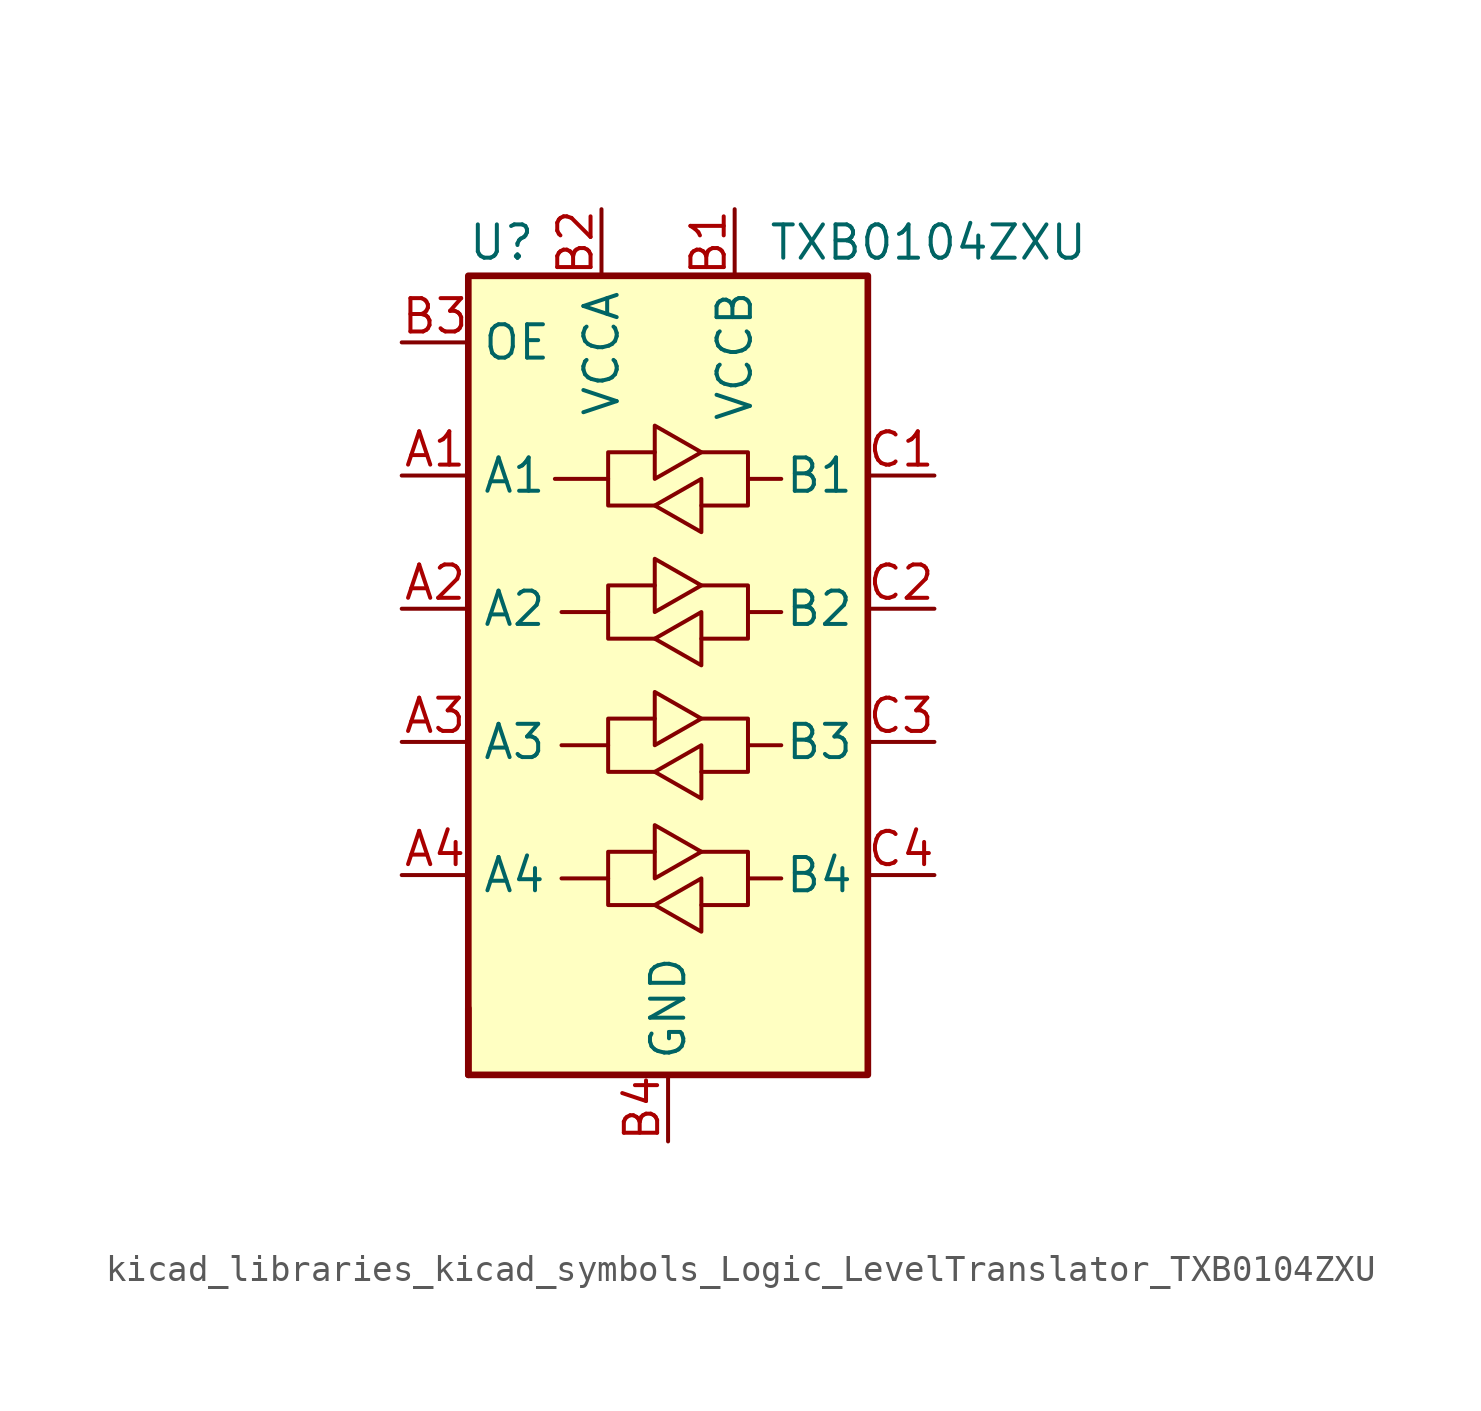
<source format=kicad_sym>
(kicad_symbol_lib
  (version 20220914)
  (generator kicad_symbol_editor)
  (symbol "kicad_libraries_kicad_symbols_Logic_LevelTranslator_TXB0104ZXU"
    (property "Reference" "U"
      (at -6.35 16.51 0)
      (effects (font (size 1.27 1.27))))
    (property "Value" "TXB0104ZXU"
      (at 3.81 16.51 0)
      (effects (font (size 1.27 1.27)) (justify left)))
    (symbol "kicad_libraries_kicad_symbols_Logic_LevelTranslator_TXB0104ZXU_0_1"
      (rectangle (start -7.62 -15.24) (end -7.62 -12.7) (stroke (width 0.254) (type default)) (fill (type none)))
      (rectangle (start -7.62 15.24) (end 7.62 -15.24) (stroke (width 0.254) (type default)) (fill (type background)))
      (polyline (pts (xy -2.286 -7.747) (xy -2.286 -6.731) (xy -0.508 -6.731)) (stroke (width 0) (type default)) (fill (type none)))
      (polyline (pts (xy -2.286 -2.667) (xy -2.286 -1.651) (xy -0.508 -1.651)) (stroke (width 0) (type default)) (fill (type none)))
      (polyline (pts (xy -2.286 2.413) (xy -2.286 3.429) (xy -0.508 3.429)) (stroke (width 0) (type default)) (fill (type none)))
      (polyline (pts (xy -2.286 7.493) (xy -2.286 8.509) (xy -0.508 8.509)) (stroke (width 0) (type default)) (fill (type none)))
      (polyline (pts (xy 3.048 -7.747) (xy 3.048 -8.763) (xy 1.27 -8.763)) (stroke (width 0) (type default)) (fill (type none)))
      (polyline (pts (xy 3.048 -2.667) (xy 3.048 -3.683) (xy 1.27 -3.683)) (stroke (width 0) (type default)) (fill (type none)))
      (polyline (pts (xy 3.048 2.413) (xy 3.048 1.397) (xy 1.27 1.397)) (stroke (width 0) (type default)) (fill (type none)))
      (polyline (pts (xy 3.048 7.493) (xy 3.048 6.477) (xy 1.27 6.477)) (stroke (width 0) (type default)) (fill (type none)))
      (polyline (pts (xy -0.508 -8.763) (xy -2.286 -8.763) (xy -2.286 -7.747) (xy -4.064 -7.747)) (stroke (width 0) (type default)) (fill (type none)))
      (polyline (pts (xy -0.508 -8.763) (xy 1.27 -7.747) (xy 1.27 -9.779) (xy -0.508 -8.763)) (stroke (width 0) (type default)) (fill (type none)))
      (polyline (pts (xy -0.508 -3.683) (xy -2.286 -3.683) (xy -2.286 -2.667) (xy -4.064 -2.667)) (stroke (width 0) (type default)) (fill (type none)))
      (polyline (pts (xy -0.508 -3.683) (xy 1.27 -2.667) (xy 1.27 -4.699) (xy -0.508 -3.683)) (stroke (width 0) (type default)) (fill (type none)))
      (polyline (pts (xy -0.508 1.397) (xy -2.286 1.397) (xy -2.286 2.413) (xy -4.064 2.413)) (stroke (width 0) (type default)) (fill (type none)))
      (polyline (pts (xy -0.508 1.397) (xy 1.27 2.413) (xy 1.27 0.381) (xy -0.508 1.397)) (stroke (width 0) (type default)) (fill (type none)))
      (polyline (pts (xy -0.508 6.477) (xy -2.286 6.477) (xy -2.286 7.493) (xy -4.318 7.493)) (stroke (width 0) (type default)) (fill (type none)))
      (polyline (pts (xy -0.508 6.477) (xy 1.27 7.493) (xy 1.27 5.461) (xy -0.508 6.477)) (stroke (width 0) (type default)) (fill (type none)))
      (polyline (pts (xy 1.27 -6.731) (xy -0.508 -7.747) (xy -0.508 -5.715) (xy 1.27 -6.731)) (stroke (width 0) (type default)) (fill (type none)))
      (polyline (pts (xy 1.27 -6.731) (xy 3.048 -6.731) (xy 3.048 -7.747) (xy 4.318 -7.747)) (stroke (width 0) (type default)) (fill (type none)))
      (polyline (pts (xy 1.27 -1.651) (xy -0.508 -2.667) (xy -0.508 -0.635) (xy 1.27 -1.651)) (stroke (width 0) (type default)) (fill (type none)))
      (polyline (pts (xy 1.27 -1.651) (xy 3.048 -1.651) (xy 3.048 -2.667) (xy 4.318 -2.667)) (stroke (width 0) (type default)) (fill (type none)))
      (polyline (pts (xy 1.27 3.429) (xy -0.508 2.413) (xy -0.508 4.445) (xy 1.27 3.429)) (stroke (width 0) (type default)) (fill (type none)))
      (polyline (pts (xy 1.27 3.429) (xy 3.048 3.429) (xy 3.048 2.413) (xy 4.318 2.413)) (stroke (width 0) (type default)) (fill (type none)))
      (polyline (pts (xy 1.27 8.509) (xy -0.508 7.493) (xy -0.508 9.525) (xy 1.27 8.509)) (stroke (width 0) (type default)) (fill (type none)))
      (polyline (pts (xy 1.27 8.509) (xy 3.048 8.509) (xy 3.048 7.493) (xy 4.318 7.493)) (stroke (width 0) (type default)) (fill (type none))))
    (symbol "kicad_libraries_kicad_symbols_Logic_LevelTranslator_TXB0104ZXU_1_1"
      (pin bidirectional line (at -10.16 7.62 0) (length 2.54) (name "A1" (effects (font (size 1.27 1.27)))) (number "A1" (effects (font (size 1.27 1.27)))))
      (pin bidirectional line (at -10.16 2.54 0) (length 2.54) (name "A2" (effects (font (size 1.27 1.27)))) (number "A2" (effects (font (size 1.27 1.27)))))
      (pin bidirectional line (at -10.16 -2.54 0) (length 2.54) (name "A3" (effects (font (size 1.27 1.27)))) (number "A3" (effects (font (size 1.27 1.27)))))
      (pin bidirectional line (at -10.16 -7.62 0) (length 2.54) (name "A4" (effects (font (size 1.27 1.27)))) (number "A4" (effects (font (size 1.27 1.27)))))
      (pin power_in line (at 2.54 17.78 270) (length 2.54) (name "VCCB" (effects (font (size 1.27 1.27)))) (number "B1" (effects (font (size 1.27 1.27)))))
      (pin power_in line (at -2.54 17.78 270) (length 2.54) (name "VCCA" (effects (font (size 1.27 1.27)))) (number "B2" (effects (font (size 1.27 1.27)))))
      (pin input line (at -10.16 12.7 0) (length 2.54) (name "OE" (effects (font (size 1.27 1.27)))) (number "B3" (effects (font (size 1.27 1.27)))))
      (pin power_in line (at 0 -17.78 90) (length 2.54) (name "GND" (effects (font (size 1.27 1.27)))) (number "B4" (effects (font (size 1.27 1.27)))))
      (pin bidirectional line (at 10.16 7.62 180) (length 2.54) (name "B1" (effects (font (size 1.27 1.27)))) (number "C1" (effects (font (size 1.27 1.27)))))
      (pin bidirectional line (at 10.16 2.54 180) (length 2.54) (name "B2" (effects (font (size 1.27 1.27)))) (number "C2" (effects (font (size 1.27 1.27)))))
      (pin bidirectional line (at 10.16 -2.54 180) (length 2.54) (name "B3" (effects (font (size 1.27 1.27)))) (number "C3" (effects (font (size 1.27 1.27)))))
      (pin bidirectional line (at 10.16 -7.62 180) (length 2.54) (name "B4" (effects (font (size 1.27 1.27)))) (number "C4" (effects (font (size 1.27 1.27))))))))
</source>
